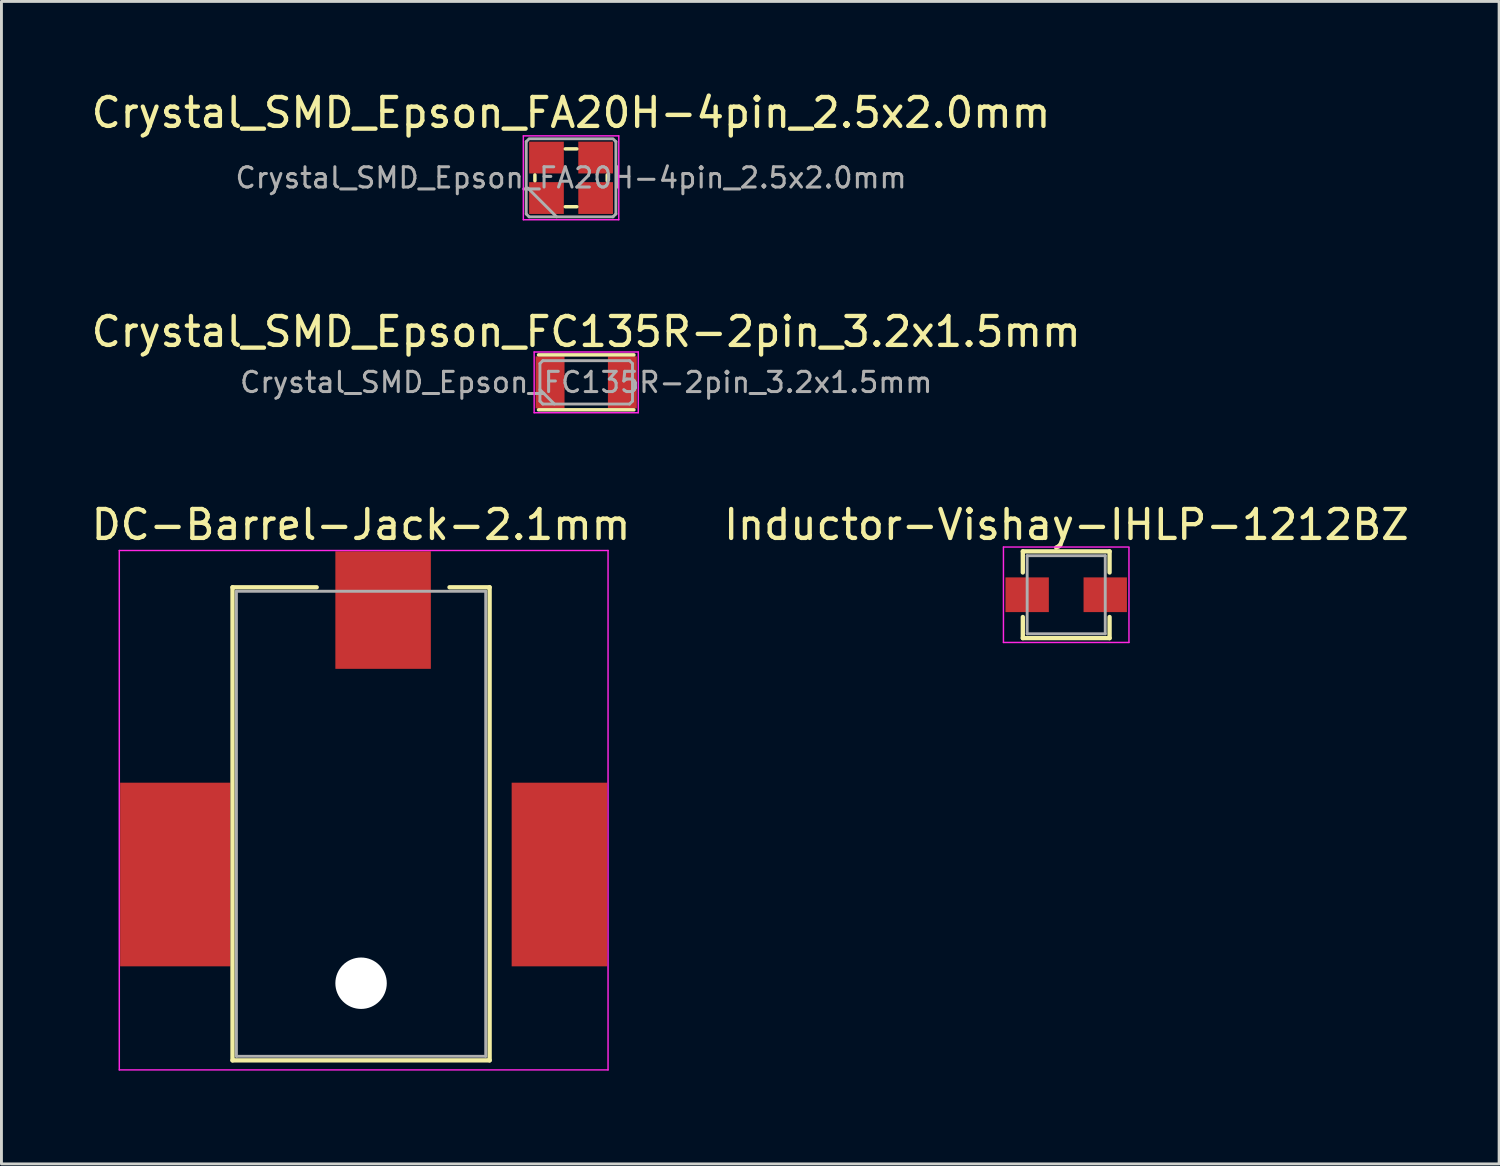
<source format=kicad_pcb>
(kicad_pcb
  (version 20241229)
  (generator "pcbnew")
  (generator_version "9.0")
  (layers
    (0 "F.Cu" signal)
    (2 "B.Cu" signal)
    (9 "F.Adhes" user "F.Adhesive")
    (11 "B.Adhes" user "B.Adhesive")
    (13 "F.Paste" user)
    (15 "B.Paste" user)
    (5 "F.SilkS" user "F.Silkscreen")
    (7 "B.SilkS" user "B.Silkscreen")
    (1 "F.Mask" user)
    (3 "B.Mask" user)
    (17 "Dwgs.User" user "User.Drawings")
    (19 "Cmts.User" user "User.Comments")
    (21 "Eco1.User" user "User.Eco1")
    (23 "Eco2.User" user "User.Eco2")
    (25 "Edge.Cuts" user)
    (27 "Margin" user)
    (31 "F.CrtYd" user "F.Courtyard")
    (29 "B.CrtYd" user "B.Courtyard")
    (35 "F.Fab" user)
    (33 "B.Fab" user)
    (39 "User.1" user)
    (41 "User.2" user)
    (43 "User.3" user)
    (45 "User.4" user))
  (footprint "Inductor-Vishay-IHLP-1212BZ"
    (layer "F.Cu")
    (at 33.817 17.515)
    (property "Reference" "Inductor-Vishay-IHLP-1212BZ" (at 0.01 -2.42 0) (layer "F.SilkS") (effects (font (size 1 1) (thickness 0.15))))
    (attr through_hole)
    (fp_line (start -1.5 -1.5) (end -1.5 -0.77) (stroke (width 0.15) (type solid)) (layer "F.SilkS"))
    (fp_line (start -1.5 -1.5) (end 1.5 -1.5) (stroke (width 0.15) (type solid)) (layer "F.SilkS"))
    (fp_line (start -1.5 0.77) (end -1.5 1.5) (stroke (width 0.15) (type solid)) (layer "F.SilkS"))
    (fp_line (start -1.5 1.5) (end 1.5 1.5) (stroke (width 0.15) (type solid)) (layer "F.SilkS"))
    (fp_line (start 1.5 -1.5) (end 1.5 -0.77) (stroke (width 0.15) (type solid)) (layer "F.SilkS"))
    (fp_line (start 1.5 0.77) (end 1.5 1.5) (stroke (width 0.15) (type solid)) (layer "F.SilkS"))
    (fp_line (start -2.17 -1.65) (end 2.17 -1.65) (stroke (width 0.05) (type solid)) (layer "F.CrtYd"))
    (fp_line (start -2.17 1.65) (end -2.17 -1.65) (stroke (width 0.05) (type solid)) (layer "F.CrtYd"))
    (fp_line (start 2.17 -1.63) (end 2.17 1.65) (stroke (width 0.05) (type solid)) (layer "F.CrtYd"))
    (fp_line (start 2.17 1.65) (end -2.17 1.65) (stroke (width 0.05) (type solid)) (layer "F.CrtYd"))
    (fp_line (start -1.35 -1.35) (end 1.35 -1.35) (stroke (width 0.1) (type solid)) (layer "F.Fab"))
    (fp_line (start -1.35 1.35) (end -1.35 -1.35) (stroke (width 0.1) (type solid)) (layer "F.Fab"))
    (fp_line (start 1.35 -1.35) (end 1.35 1.35) (stroke (width 0.1) (type solid)) (layer "F.Fab"))
    (fp_line (start 1.35 1.35) (end -1.35 1.35) (stroke (width 0.1) (type solid)) (layer "F.Fab"))
    (pad "1" smd rect (at -1.35 0) (size 1.5 1.2) (layers "F.Cu" "F.Mask" "F.Paste"))
    (pad "2" smd rect (at 1.35 0) (size 1.5 1.2) (layers "F.Cu" "F.Mask" "F.Paste")))
  (footprint "DC-Barrel-Jack-2.1mm"
    (layer "F.Cu")
    (at 9.435 33.945)
    (property "Reference" "DC-Barrel-Jack-2.1mm" (at 0 -18.85 180) (layer "F.SilkS") (effects (font (size 1 1) (thickness 0.15))))
    (attr through_hole)
    (fp_line (start -4.445 -16.688) (end -4.445 -0.33) (stroke (width 0.15) (type solid)) (layer "F.SilkS"))
    (fp_line (start -4.445 -16.688) (end -1.534 -16.688) (stroke (width 0.15) (type solid)) (layer "F.SilkS"))
    (fp_line (start -4.445 -0.33) (end 4.445 -0.33) (stroke (width 0.15) (type solid)) (layer "F.SilkS"))
    (fp_line (start 3.058 -16.688) (end 4.445 -16.688) (stroke (width 0.15) (type solid)) (layer "F.SilkS"))
    (fp_line (start 4.445 -16.688) (end 4.445 -0.33) (stroke (width 0.15) (type solid)) (layer "F.SilkS"))
    (fp_line (start -8.36 -17.96) (end -8.36 0) (stroke (width 0.05) (type solid)) (layer "F.CrtYd"))
    (fp_line (start -8.36 -17.96) (end 8.54 -17.96) (stroke (width 0.05) (type solid)) (layer "F.CrtYd"))
    (fp_line (start -8.36 0) (end 8.54 0) (stroke (width 0.05) (type solid)) (layer "F.CrtYd"))
    (fp_line (start 8.54 -17.96) (end 8.54 0) (stroke (width 0.05) (type solid)) (layer "F.CrtYd"))
    (fp_line (start -4.31 -16.55) (end -4.31 -0.47) (stroke (width 0.1) (type solid)) (layer "F.Fab"))
    (fp_line (start -4.31 -16.55) (end 4.31 -16.55) (stroke (width 0.1) (type solid)) (layer "F.Fab"))
    (fp_line (start -4.31 -0.47) (end 4.31 -0.47) (stroke (width 0.1) (type solid)) (layer "F.Fab"))
    (fp_line (start 4.31 -16.55) (end 4.31 -0.47) (stroke (width 0.1) (type solid)) (layer "F.Fab"))
    (pad "" np_thru_hole circle (at 0 -2.997) (size 1.778 1.778) (drill 1.778) (layers "*.Cu" "*.Mask"))
    (pad "1" smd rect (at 6.858 -6.756) (size 3.302 6.35) (layers "F.Cu" "F.Mask" "F.Paste"))
    (pad "2" smd rect (at -6.426 -6.756) (size 3.81 6.35) (layers "F.Cu" "F.Mask" "F.Paste"))
    (pad "3" smd rect (at 0.762 -15.9) (size 3.302 4.064) (layers "F.Cu" "F.Mask" "F.Paste")))
  (footprint "Crystal_SMD_Epson_FA20H-4pin_2.5x2.0mm"
    (layer "F.Cu")
    (at 16.696 3.098)
    (property "Reference" "Crystal_SMD_Epson_FA20H-4pin_2.5x2.0mm" (at 0 -2.25 0) (layer "F.SilkS") (effects (font (size 1 1) (thickness 0.15))))
    (attr smd)
    (fp_line (start -1.25 -0.1) (end -1.25 0.1) (stroke (width 0.12) (type solid)) (layer "F.SilkS"))
    (fp_line (start -0.2 -1) (end 0.2 -1) (stroke (width 0.12) (type solid)) (layer "F.SilkS"))
    (fp_line (start -0.2 1) (end 0.2 1) (stroke (width 0.12) (type solid)) (layer "F.SilkS"))
    (fp_line (start 1.25 -0.1) (end 1.25 0.1) (stroke (width 0.12) (type solid)) (layer "F.SilkS"))
    (fp_line (start -1.65 -1.45) (end -1.65 1.45) (stroke (width 0.05) (type solid)) (layer "F.CrtYd"))
    (fp_line (start -1.65 1.45) (end 1.65 1.45) (stroke (width 0.05) (type solid)) (layer "F.CrtYd"))
    (fp_line (start 1.65 -1.45) (end -1.65 -1.45) (stroke (width 0.05) (type solid)) (layer "F.CrtYd"))
    (fp_line (start 1.65 1.45) (end 1.65 -1.45) (stroke (width 0.05) (type solid)) (layer "F.CrtYd"))
    (fp_line (start -1.55 -1.25) (end -1.45 -1.35) (stroke (width 0.1) (type solid)) (layer "F.Fab"))
    (fp_line (start -1.55 1.25) (end -1.55 -1.25) (stroke (width 0.1) (type solid)) (layer "F.Fab"))
    (fp_line (start -1.5 0.35) (end -0.5 1.35) (stroke (width 0.1) (type solid)) (layer "F.Fab"))
    (fp_line (start -1.45 1.35) (end -1.55 1.25) (stroke (width 0.1) (type solid)) (layer "F.Fab"))
    (fp_line (start -1.4 -1.35) (end 1.4 -1.35) (stroke (width 0.1) (type solid)) (layer "F.Fab"))
    (fp_line (start 1.45 -1.35) (end 1.55 -1.25) (stroke (width 0.1) (type solid)) (layer "F.Fab"))
    (fp_line (start 1.45 1.35) (end -1.45 1.35) (stroke (width 0.1) (type solid)) (layer "F.Fab"))
    (fp_line (start 1.55 -1.25) (end 1.55 1.25) (stroke (width 0.1) (type solid)) (layer "F.Fab"))
    (fp_line (start 1.55 1.25) (end 1.45 1.35) (stroke (width 0.1) (type solid)) (layer "F.Fab"))
    (fp_text user "${REFERENCE}" (at 0 0 0) (layer "F.Fab") (effects (font (size 0.7 0.7) (thickness 0.105))))
    (pad "1" smd rect (at -0.85 0.7) (size 1.2 1.1) (layers "F.Cu" "F.Mask" "F.Paste"))
    (pad "2" smd rect (at 0.85 0.7) (size 1.2 1.1) (layers "F.Cu" "F.Mask" "F.Paste"))
    (pad "3" smd rect (at 0.85 -0.7) (size 1.2 1.1) (layers "F.Cu" "F.Mask" "F.Paste"))
    (pad "4" smd rect (at -0.85 -0.7) (size 1.2 1.1) (layers "F.Cu" "F.Mask" "F.Paste")))
  (footprint "Crystal_SMD_Epson_FC135R-2pin_3.2x1.5mm"
    (layer "F.Cu")
    (at 17.22 10.171)
    (property "Reference" "Crystal_SMD_Epson_FC135R-2pin_3.2x1.5mm" (at 0 -1.75 0) (layer "F.SilkS") (effects (font (size 1 1) (thickness 0.15))))
    (attr smd)
    (fp_line (start -1.65 -0.95) (end 1.65 -0.95) (stroke (width 0.12) (type solid)) (layer "F.SilkS"))
    (fp_line (start -1.65 0.95) (end 1.65 0.95) (stroke (width 0.12) (type solid)) (layer "F.SilkS"))
    (fp_line (start -1.8 -1.05) (end -1.8 1.05) (stroke (width 0.05) (type solid)) (layer "F.CrtYd"))
    (fp_line (start -1.8 1.05) (end 1.8 1.05) (stroke (width 0.05) (type solid)) (layer "F.CrtYd"))
    (fp_line (start 1.8 -1.05) (end -1.8 -1.05) (stroke (width 0.05) (type solid)) (layer "F.CrtYd"))
    (fp_line (start 1.8 1.05) (end 1.8 -1.05) (stroke (width 0.05) (type solid)) (layer "F.CrtYd"))
    (fp_line (start -1.6 -0.65) (end -1.5 -0.75) (stroke (width 0.1) (type solid)) (layer "F.Fab"))
    (fp_line (start -1.6 0.25) (end -1.1 0.75) (stroke (width 0.1) (type solid)) (layer "F.Fab"))
    (fp_line (start -1.6 0.65) (end -1.6 -0.65) (stroke (width 0.1) (type solid)) (layer "F.Fab"))
    (fp_line (start -1.5 -0.75) (end 1.5 -0.75) (stroke (width 0.1) (type solid)) (layer "F.Fab"))
    (fp_line (start -1.5 0.75) (end -1.6 0.65) (stroke (width 0.1) (type solid)) (layer "F.Fab"))
    (fp_line (start 1.5 -0.75) (end 1.6 -0.65) (stroke (width 0.1) (type solid)) (layer "F.Fab"))
    (fp_line (start 1.5 0.75) (end -1.5 0.75) (stroke (width 0.1) (type solid)) (layer "F.Fab"))
    (fp_line (start 1.6 -0.65) (end 1.6 0.65) (stroke (width 0.1) (type solid)) (layer "F.Fab"))
    (fp_line (start 1.6 0.65) (end 1.5 0.75) (stroke (width 0.1) (type solid)) (layer "F.Fab"))
    (fp_text user "${REFERENCE}" (at 0 0 0) (layer "F.Fab") (effects (font (size 0.7 0.7) (thickness 0.105))))
    (pad "1" smd rect (at -1.25 0) (size 1 1.8) (layers "F.Cu" "F.Mask" "F.Paste"))
    (pad "2" smd rect (at 1.25 0) (size 1 1.8) (layers "F.Cu" "F.Mask" "F.Paste")))
  (gr_rect
    (start -3 -3)
    (end 48.786 37.195)
    (stroke (width 0.1) (type default))
    (fill no)
    (layer "Edge.Cuts")))
</source>
